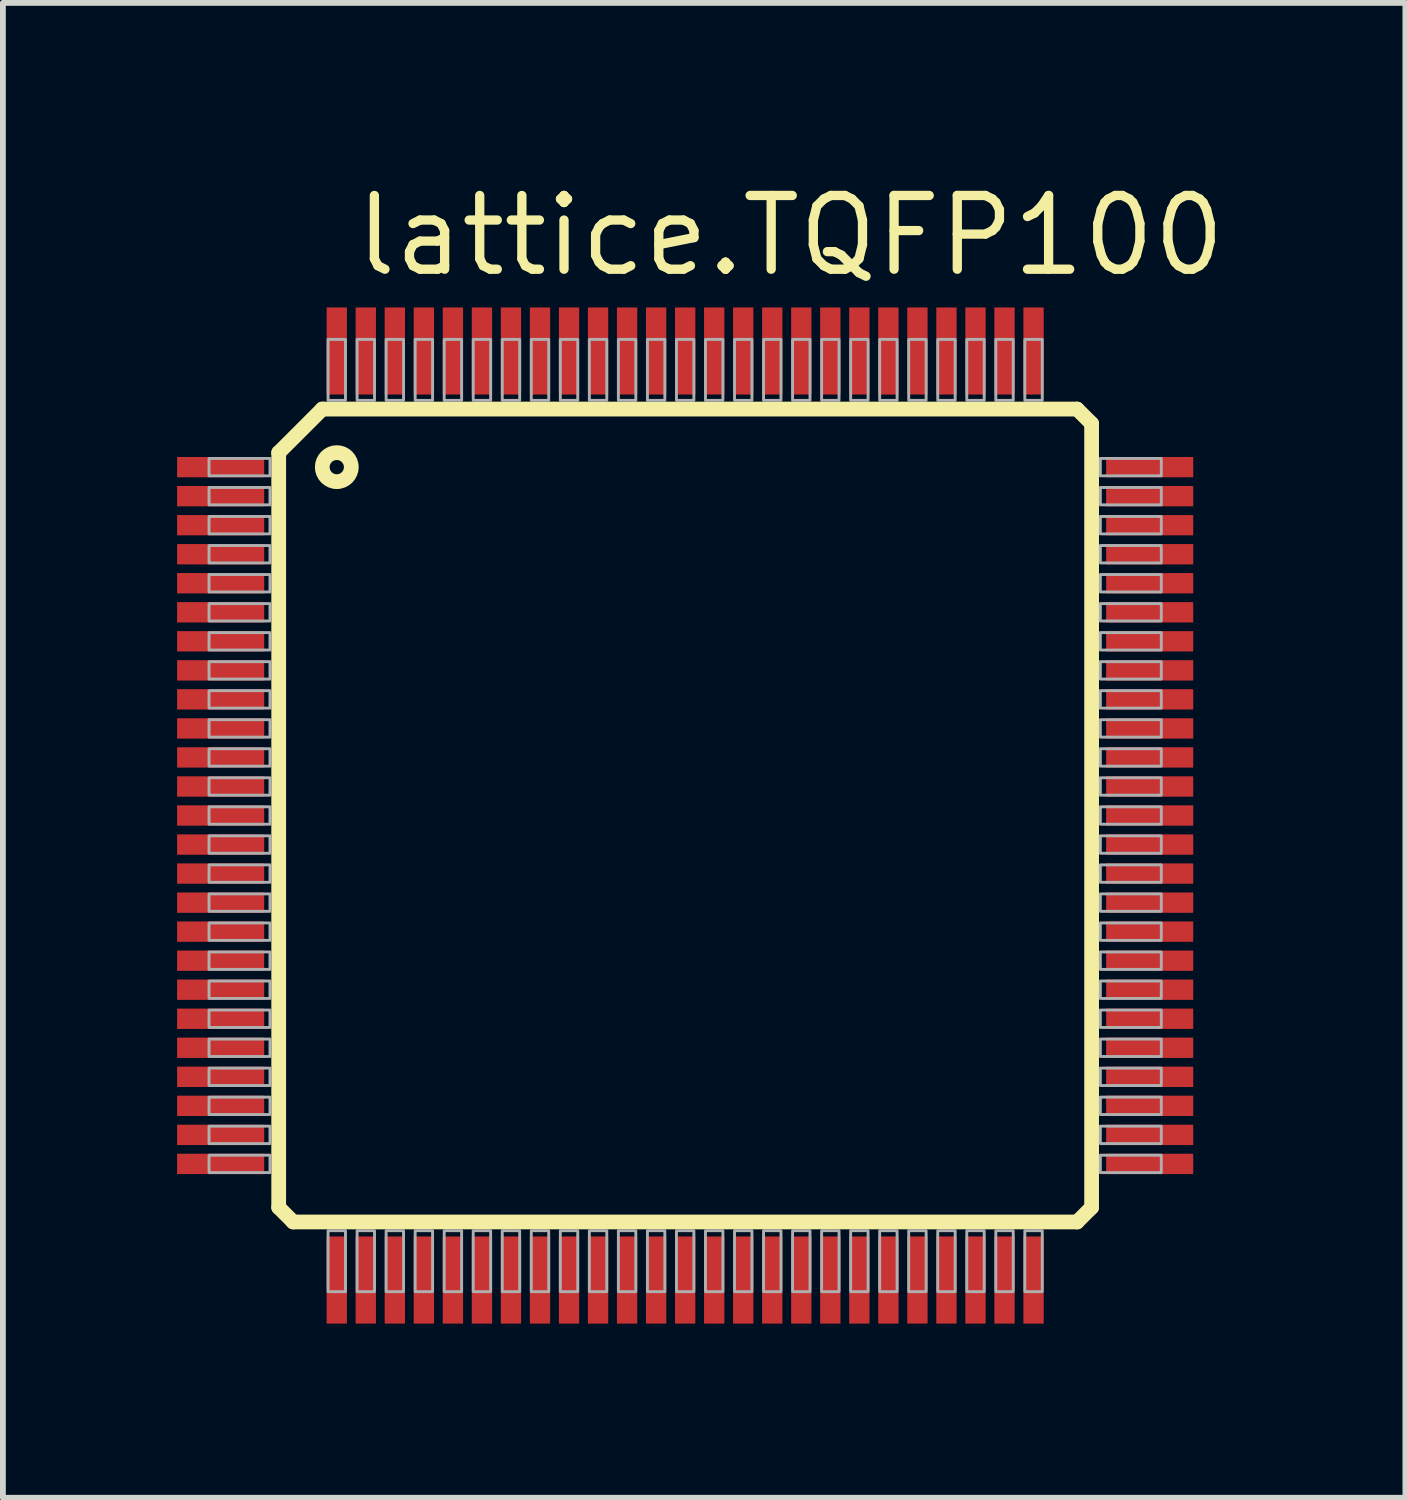
<source format=kicad_pcb>
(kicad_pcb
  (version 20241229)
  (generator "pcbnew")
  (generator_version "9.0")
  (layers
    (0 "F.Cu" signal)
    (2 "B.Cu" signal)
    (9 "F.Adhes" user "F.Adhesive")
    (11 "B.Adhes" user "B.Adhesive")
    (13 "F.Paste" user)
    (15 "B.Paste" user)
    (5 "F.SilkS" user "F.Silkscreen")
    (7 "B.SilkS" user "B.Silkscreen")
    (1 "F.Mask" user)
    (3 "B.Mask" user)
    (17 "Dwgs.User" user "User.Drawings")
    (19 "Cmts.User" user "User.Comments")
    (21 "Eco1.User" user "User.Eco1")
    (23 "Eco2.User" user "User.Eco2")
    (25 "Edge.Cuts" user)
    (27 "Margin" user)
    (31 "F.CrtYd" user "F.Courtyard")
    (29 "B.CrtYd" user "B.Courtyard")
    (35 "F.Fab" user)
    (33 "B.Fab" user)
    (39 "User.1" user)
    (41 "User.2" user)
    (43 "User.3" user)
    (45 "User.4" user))
  (footprint "lattice.TQFP100"
    (layer "F.Cu")
    (at 8.75 10.995)
    (property "Reference" "lattice.TQFP100" (at -5.76 -9.245 0) (layer "F.SilkS") (effects (font (size 1.27 1.27) (thickness 0.16)) (justify left bottom)))
    (attr smd)
    (fp_line (start -7 -6.25) (end -6.25 -7) (stroke (width 0.254) (type default)) (layer "F.SilkS"))
    (fp_line (start -7 6.75) (end -7 -6.25) (stroke (width 0.254) (type default)) (layer "F.SilkS"))
    (fp_line (start -6.75 7) (end -7 6.75) (stroke (width 0.254) (type default)) (layer "F.SilkS"))
    (fp_line (start -6.25 -7) (end 6.75 -7) (stroke (width 0.254) (type default)) (layer "F.SilkS"))
    (fp_line (start 6.75 -7) (end 7 -6.75) (stroke (width 0.254) (type default)) (layer "F.SilkS"))
    (fp_line (start 6.75 7) (end -6.75 7) (stroke (width 0.254) (type default)) (layer "F.SilkS"))
    (fp_line (start 7 -6.75) (end 7 6.75) (stroke (width 0.254) (type default)) (layer "F.SilkS"))
    (fp_line (start 7 6.75) (end 6.75 7) (stroke (width 0.254) (type default)) (layer "F.SilkS"))
    (fp_circle (center -6 -6) (end -5.75 -6) (stroke (width 0.254) (type default)) (fill no) (layer "F.SilkS"))
    (fp_rect (start -8.2 -5.85) (end -7.15 -6.15) (stroke (width 0.05) (type default)) (fill no) (layer "F.Fab"))
    (fp_rect (start -8.2 -5.35) (end -7.15 -5.65) (stroke (width 0.05) (type default)) (fill no) (layer "F.Fab"))
    (fp_rect (start -8.2 -4.85) (end -7.15 -5.15) (stroke (width 0.05) (type default)) (fill no) (layer "F.Fab"))
    (fp_rect (start -8.2 -4.35) (end -7.15 -4.65) (stroke (width 0.05) (type default)) (fill no) (layer "F.Fab"))
    (fp_rect (start -8.2 -3.85) (end -7.15 -4.15) (stroke (width 0.05) (type default)) (fill no) (layer "F.Fab"))
    (fp_rect (start -8.2 -3.35) (end -7.15 -3.65) (stroke (width 0.05) (type default)) (fill no) (layer "F.Fab"))
    (fp_rect (start -8.2 -2.85) (end -7.15 -3.15) (stroke (width 0.05) (type default)) (fill no) (layer "F.Fab"))
    (fp_rect (start -8.2 -2.35) (end -7.15 -2.65) (stroke (width 0.05) (type default)) (fill no) (layer "F.Fab"))
    (fp_rect (start -8.2 -1.85) (end -7.15 -2.15) (stroke (width 0.05) (type default)) (fill no) (layer "F.Fab"))
    (fp_rect (start -8.2 -1.35) (end -7.15 -1.65) (stroke (width 0.05) (type default)) (fill no) (layer "F.Fab"))
    (fp_rect (start -8.2 -0.85) (end -7.15 -1.15) (stroke (width 0.05) (type default)) (fill no) (layer "F.Fab"))
    (fp_rect (start -8.2 -0.35) (end -7.15 -0.65) (stroke (width 0.05) (type default)) (fill no) (layer "F.Fab"))
    (fp_rect (start -8.2 0.15) (end -7.15 -0.15) (stroke (width 0.05) (type default)) (fill no) (layer "F.Fab"))
    (fp_rect (start -8.2 0.65) (end -7.15 0.35) (stroke (width 0.05) (type default)) (fill no) (layer "F.Fab"))
    (fp_rect (start -8.2 1.15) (end -7.15 0.85) (stroke (width 0.05) (type default)) (fill no) (layer "F.Fab"))
    (fp_rect (start -8.2 1.65) (end -7.15 1.35) (stroke (width 0.05) (type default)) (fill no) (layer "F.Fab"))
    (fp_rect (start -8.2 2.15) (end -7.15 1.85) (stroke (width 0.05) (type default)) (fill no) (layer "F.Fab"))
    (fp_rect (start -8.2 2.65) (end -7.15 2.35) (stroke (width 0.05) (type default)) (fill no) (layer "F.Fab"))
    (fp_rect (start -8.2 3.15) (end -7.15 2.85) (stroke (width 0.05) (type default)) (fill no) (layer "F.Fab"))
    (fp_rect (start -8.2 3.65) (end -7.15 3.35) (stroke (width 0.05) (type default)) (fill no) (layer "F.Fab"))
    (fp_rect (start -8.2 4.15) (end -7.15 3.85) (stroke (width 0.05) (type default)) (fill no) (layer "F.Fab"))
    (fp_rect (start -8.2 4.65) (end -7.15 4.35) (stroke (width 0.05) (type default)) (fill no) (layer "F.Fab"))
    (fp_rect (start -8.2 5.15) (end -7.15 4.85) (stroke (width 0.05) (type default)) (fill no) (layer "F.Fab"))
    (fp_rect (start -8.2 5.65) (end -7.15 5.35) (stroke (width 0.05) (type default)) (fill no) (layer "F.Fab"))
    (fp_rect (start -8.2 6.15) (end -7.15 5.85) (stroke (width 0.05) (type default)) (fill no) (layer "F.Fab"))
    (fp_rect (start -6.15 -7.15) (end -5.85 -8.2) (stroke (width 0.05) (type default)) (fill no) (layer "F.Fab"))
    (fp_rect (start -6.15 8.2) (end -5.85 7.15) (stroke (width 0.05) (type default)) (fill no) (layer "F.Fab"))
    (fp_rect (start -5.65 -7.15) (end -5.35 -8.2) (stroke (width 0.05) (type default)) (fill no) (layer "F.Fab"))
    (fp_rect (start -5.65 8.2) (end -5.35 7.15) (stroke (width 0.05) (type default)) (fill no) (layer "F.Fab"))
    (fp_rect (start -5.15 -7.15) (end -4.85 -8.2) (stroke (width 0.05) (type default)) (fill no) (layer "F.Fab"))
    (fp_rect (start -5.15 8.2) (end -4.85 7.15) (stroke (width 0.05) (type default)) (fill no) (layer "F.Fab"))
    (fp_rect (start -4.65 -7.15) (end -4.35 -8.2) (stroke (width 0.05) (type default)) (fill no) (layer "F.Fab"))
    (fp_rect (start -4.65 8.2) (end -4.35 7.15) (stroke (width 0.05) (type default)) (fill no) (layer "F.Fab"))
    (fp_rect (start -4.15 -7.15) (end -3.85 -8.2) (stroke (width 0.05) (type default)) (fill no) (layer "F.Fab"))
    (fp_rect (start -4.15 8.2) (end -3.85 7.15) (stroke (width 0.05) (type default)) (fill no) (layer "F.Fab"))
    (fp_rect (start -3.65 -7.15) (end -3.35 -8.2) (stroke (width 0.05) (type default)) (fill no) (layer "F.Fab"))
    (fp_rect (start -3.65 8.2) (end -3.35 7.15) (stroke (width 0.05) (type default)) (fill no) (layer "F.Fab"))
    (fp_rect (start -3.15 -7.15) (end -2.85 -8.2) (stroke (width 0.05) (type default)) (fill no) (layer "F.Fab"))
    (fp_rect (start -3.15 8.2) (end -2.85 7.15) (stroke (width 0.05) (type default)) (fill no) (layer "F.Fab"))
    (fp_rect (start -2.65 -7.15) (end -2.35 -8.2) (stroke (width 0.05) (type default)) (fill no) (layer "F.Fab"))
    (fp_rect (start -2.65 8.2) (end -2.35 7.15) (stroke (width 0.05) (type default)) (fill no) (layer "F.Fab"))
    (fp_rect (start -2.15 -7.15) (end -1.85 -8.2) (stroke (width 0.05) (type default)) (fill no) (layer "F.Fab"))
    (fp_rect (start -2.15 8.2) (end -1.85 7.15) (stroke (width 0.05) (type default)) (fill no) (layer "F.Fab"))
    (fp_rect (start -1.65 -7.15) (end -1.35 -8.2) (stroke (width 0.05) (type default)) (fill no) (layer "F.Fab"))
    (fp_rect (start -1.65 8.2) (end -1.35 7.15) (stroke (width 0.05) (type default)) (fill no) (layer "F.Fab"))
    (fp_rect (start -1.15 -7.15) (end -0.85 -8.2) (stroke (width 0.05) (type default)) (fill no) (layer "F.Fab"))
    (fp_rect (start -1.15 8.2) (end -0.85 7.15) (stroke (width 0.05) (type default)) (fill no) (layer "F.Fab"))
    (fp_rect (start -0.65 -7.15) (end -0.35 -8.2) (stroke (width 0.05) (type default)) (fill no) (layer "F.Fab"))
    (fp_rect (start -0.65 8.2) (end -0.35 7.15) (stroke (width 0.05) (type default)) (fill no) (layer "F.Fab"))
    (fp_rect (start -0.15 -7.15) (end 0.15 -8.2) (stroke (width 0.05) (type default)) (fill no) (layer "F.Fab"))
    (fp_rect (start -0.15 8.2) (end 0.15 7.15) (stroke (width 0.05) (type default)) (fill no) (layer "F.Fab"))
    (fp_rect (start 0.35 -7.15) (end 0.65 -8.2) (stroke (width 0.05) (type default)) (fill no) (layer "F.Fab"))
    (fp_rect (start 0.35 8.2) (end 0.65 7.15) (stroke (width 0.05) (type default)) (fill no) (layer "F.Fab"))
    (fp_rect (start 0.85 -7.15) (end 1.15 -8.2) (stroke (width 0.05) (type default)) (fill no) (layer "F.Fab"))
    (fp_rect (start 0.85 8.2) (end 1.15 7.15) (stroke (width 0.05) (type default)) (fill no) (layer "F.Fab"))
    (fp_rect (start 1.35 -7.15) (end 1.65 -8.2) (stroke (width 0.05) (type default)) (fill no) (layer "F.Fab"))
    (fp_rect (start 1.35 8.2) (end 1.65 7.15) (stroke (width 0.05) (type default)) (fill no) (layer "F.Fab"))
    (fp_rect (start 1.85 -7.15) (end 2.15 -8.2) (stroke (width 0.05) (type default)) (fill no) (layer "F.Fab"))
    (fp_rect (start 1.85 8.2) (end 2.15 7.15) (stroke (width 0.05) (type default)) (fill no) (layer "F.Fab"))
    (fp_rect (start 2.35 -7.15) (end 2.65 -8.2) (stroke (width 0.05) (type default)) (fill no) (layer "F.Fab"))
    (fp_rect (start 2.35 8.2) (end 2.65 7.15) (stroke (width 0.05) (type default)) (fill no) (layer "F.Fab"))
    (fp_rect (start 2.85 -7.15) (end 3.15 -8.2) (stroke (width 0.05) (type default)) (fill no) (layer "F.Fab"))
    (fp_rect (start 2.85 8.2) (end 3.15 7.15) (stroke (width 0.05) (type default)) (fill no) (layer "F.Fab"))
    (fp_rect (start 3.35 -7.15) (end 3.65 -8.2) (stroke (width 0.05) (type default)) (fill no) (layer "F.Fab"))
    (fp_rect (start 3.35 8.2) (end 3.65 7.15) (stroke (width 0.05) (type default)) (fill no) (layer "F.Fab"))
    (fp_rect (start 3.85 -7.15) (end 4.15 -8.2) (stroke (width 0.05) (type default)) (fill no) (layer "F.Fab"))
    (fp_rect (start 3.85 8.2) (end 4.15 7.15) (stroke (width 0.05) (type default)) (fill no) (layer "F.Fab"))
    (fp_rect (start 4.35 -7.15) (end 4.65 -8.2) (stroke (width 0.05) (type default)) (fill no) (layer "F.Fab"))
    (fp_rect (start 4.35 8.2) (end 4.65 7.15) (stroke (width 0.05) (type default)) (fill no) (layer "F.Fab"))
    (fp_rect (start 4.85 -7.15) (end 5.15 -8.2) (stroke (width 0.05) (type default)) (fill no) (layer "F.Fab"))
    (fp_rect (start 4.85 8.2) (end 5.15 7.15) (stroke (width 0.05) (type default)) (fill no) (layer "F.Fab"))
    (fp_rect (start 5.35 -7.15) (end 5.65 -8.2) (stroke (width 0.05) (type default)) (fill no) (layer "F.Fab"))
    (fp_rect (start 5.35 8.2) (end 5.65 7.15) (stroke (width 0.05) (type default)) (fill no) (layer "F.Fab"))
    (fp_rect (start 5.85 -7.15) (end 6.15 -8.2) (stroke (width 0.05) (type default)) (fill no) (layer "F.Fab"))
    (fp_rect (start 5.85 8.2) (end 6.15 7.15) (stroke (width 0.05) (type default)) (fill no) (layer "F.Fab"))
    (fp_rect (start 7.15 -5.85) (end 8.2 -6.15) (stroke (width 0.05) (type default)) (fill no) (layer "F.Fab"))
    (fp_rect (start 7.15 -5.35) (end 8.2 -5.65) (stroke (width 0.05) (type default)) (fill no) (layer "F.Fab"))
    (fp_rect (start 7.15 -4.85) (end 8.2 -5.15) (stroke (width 0.05) (type default)) (fill no) (layer "F.Fab"))
    (fp_rect (start 7.15 -4.35) (end 8.2 -4.65) (stroke (width 0.05) (type default)) (fill no) (layer "F.Fab"))
    (fp_rect (start 7.15 -3.85) (end 8.2 -4.15) (stroke (width 0.05) (type default)) (fill no) (layer "F.Fab"))
    (fp_rect (start 7.15 -3.35) (end 8.2 -3.65) (stroke (width 0.05) (type default)) (fill no) (layer "F.Fab"))
    (fp_rect (start 7.15 -2.85) (end 8.2 -3.15) (stroke (width 0.05) (type default)) (fill no) (layer "F.Fab"))
    (fp_rect (start 7.15 -2.35) (end 8.2 -2.65) (stroke (width 0.05) (type default)) (fill no) (layer "F.Fab"))
    (fp_rect (start 7.15 -1.85) (end 8.2 -2.15) (stroke (width 0.05) (type default)) (fill no) (layer "F.Fab"))
    (fp_rect (start 7.15 -1.35) (end 8.2 -1.65) (stroke (width 0.05) (type default)) (fill no) (layer "F.Fab"))
    (fp_rect (start 7.15 -0.85) (end 8.2 -1.15) (stroke (width 0.05) (type default)) (fill no) (layer "F.Fab"))
    (fp_rect (start 7.15 -0.35) (end 8.2 -0.65) (stroke (width 0.05) (type default)) (fill no) (layer "F.Fab"))
    (fp_rect (start 7.15 0.15) (end 8.2 -0.15) (stroke (width 0.05) (type default)) (fill no) (layer "F.Fab"))
    (fp_rect (start 7.15 0.65) (end 8.2 0.35) (stroke (width 0.05) (type default)) (fill no) (layer "F.Fab"))
    (fp_rect (start 7.15 1.15) (end 8.2 0.85) (stroke (width 0.05) (type default)) (fill no) (layer "F.Fab"))
    (fp_rect (start 7.15 1.65) (end 8.2 1.35) (stroke (width 0.05) (type default)) (fill no) (layer "F.Fab"))
    (fp_rect (start 7.15 2.15) (end 8.2 1.85) (stroke (width 0.05) (type default)) (fill no) (layer "F.Fab"))
    (fp_rect (start 7.15 2.65) (end 8.2 2.35) (stroke (width 0.05) (type default)) (fill no) (layer "F.Fab"))
    (fp_rect (start 7.15 3.15) (end 8.2 2.85) (stroke (width 0.05) (type default)) (fill no) (layer "F.Fab"))
    (fp_rect (start 7.15 3.65) (end 8.2 3.35) (stroke (width 0.05) (type default)) (fill no) (layer "F.Fab"))
    (fp_rect (start 7.15 4.15) (end 8.2 3.85) (stroke (width 0.05) (type default)) (fill no) (layer "F.Fab"))
    (fp_rect (start 7.15 4.65) (end 8.2 4.35) (stroke (width 0.05) (type default)) (fill no) (layer "F.Fab"))
    (fp_rect (start 7.15 5.15) (end 8.2 4.85) (stroke (width 0.05) (type default)) (fill no) (layer "F.Fab"))
    (fp_rect (start 7.15 5.65) (end 8.2 5.35) (stroke (width 0.05) (type default)) (fill no) (layer "F.Fab"))
    (fp_rect (start 7.15 6.15) (end 8.2 5.85) (stroke (width 0.05) (type default)) (fill no) (layer "F.Fab"))
    (pad "1" smd roundrect (at -8 -6) (size 1.5 0.35) (layers "F.Cu" "F.Mask" "F.Paste") (roundrect_rratio 0.01))
    (pad "2" smd roundrect (at -8 -5.5) (size 1.5 0.35) (layers "F.Cu" "F.Mask" "F.Paste") (roundrect_rratio 0.01))
    (pad "3" smd roundrect (at -8 -5) (size 1.5 0.35) (layers "F.Cu" "F.Mask" "F.Paste") (roundrect_rratio 0.01))
    (pad "4" smd roundrect (at -8 -4.5) (size 1.5 0.35) (layers "F.Cu" "F.Mask" "F.Paste") (roundrect_rratio 0.01))
    (pad "5" smd roundrect (at -8 -4) (size 1.5 0.35) (layers "F.Cu" "F.Mask" "F.Paste") (roundrect_rratio 0.01))
    (pad "6" smd roundrect (at -8 -3.5) (size 1.5 0.35) (layers "F.Cu" "F.Mask" "F.Paste") (roundrect_rratio 0.01))
    (pad "7" smd roundrect (at -8 -3) (size 1.5 0.35) (layers "F.Cu" "F.Mask" "F.Paste") (roundrect_rratio 0.01))
    (pad "8" smd roundrect (at -8 -2.5) (size 1.5 0.35) (layers "F.Cu" "F.Mask" "F.Paste") (roundrect_rratio 0.01))
    (pad "9" smd roundrect (at -8 -2) (size 1.5 0.35) (layers "F.Cu" "F.Mask" "F.Paste") (roundrect_rratio 0.01))
    (pad "10" smd roundrect (at -8 -1.5) (size 1.5 0.35) (layers "F.Cu" "F.Mask" "F.Paste") (roundrect_rratio 0.01))
    (pad "11" smd roundrect (at -8 -1) (size 1.5 0.35) (layers "F.Cu" "F.Mask" "F.Paste") (roundrect_rratio 0.01))
    (pad "12" smd roundrect (at -8 -0.5) (size 1.5 0.35) (layers "F.Cu" "F.Mask" "F.Paste") (roundrect_rratio 0.01))
    (pad "13" smd roundrect (at -8 0) (size 1.5 0.35) (layers "F.Cu" "F.Mask" "F.Paste") (roundrect_rratio 0.01))
    (pad "14" smd roundrect (at -8 0.5) (size 1.5 0.35) (layers "F.Cu" "F.Mask" "F.Paste") (roundrect_rratio 0.01))
    (pad "15" smd roundrect (at -8 1) (size 1.5 0.35) (layers "F.Cu" "F.Mask" "F.Paste") (roundrect_rratio 0.01))
    (pad "16" smd roundrect (at -8 1.5) (size 1.5 0.35) (layers "F.Cu" "F.Mask" "F.Paste") (roundrect_rratio 0.01))
    (pad "17" smd roundrect (at -8 2) (size 1.5 0.35) (layers "F.Cu" "F.Mask" "F.Paste") (roundrect_rratio 0.01))
    (pad "18" smd roundrect (at -8 2.5) (size 1.5 0.35) (layers "F.Cu" "F.Mask" "F.Paste") (roundrect_rratio 0.01))
    (pad "19" smd roundrect (at -8 3) (size 1.5 0.35) (layers "F.Cu" "F.Mask" "F.Paste") (roundrect_rratio 0.01))
    (pad "20" smd roundrect (at -8 3.5) (size 1.5 0.35) (layers "F.Cu" "F.Mask" "F.Paste") (roundrect_rratio 0.01))
    (pad "21" smd roundrect (at -8 4) (size 1.5 0.35) (layers "F.Cu" "F.Mask" "F.Paste") (roundrect_rratio 0.01))
    (pad "22" smd roundrect (at -8 4.5) (size 1.5 0.35) (layers "F.Cu" "F.Mask" "F.Paste") (roundrect_rratio 0.01))
    (pad "23" smd roundrect (at -8 5) (size 1.5 0.35) (layers "F.Cu" "F.Mask" "F.Paste") (roundrect_rratio 0.01))
    (pad "24" smd roundrect (at -8 5.5) (size 1.5 0.35) (layers "F.Cu" "F.Mask" "F.Paste") (roundrect_rratio 0.01))
    (pad "25" smd roundrect (at -8 6) (size 1.5 0.35) (layers "F.Cu" "F.Mask" "F.Paste") (roundrect_rratio 0.01))
    (pad "26" smd roundrect (at -6 8) (size 0.35 1.5) (layers "F.Cu" "F.Mask" "F.Paste") (roundrect_rratio 0.01))
    (pad "27" smd roundrect (at -5.5 8) (size 0.35 1.5) (layers "F.Cu" "F.Mask" "F.Paste") (roundrect_rratio 0.01))
    (pad "28" smd roundrect (at -5 8) (size 0.35 1.5) (layers "F.Cu" "F.Mask" "F.Paste") (roundrect_rratio 0.01))
    (pad "29" smd roundrect (at -4.5 8) (size 0.35 1.5) (layers "F.Cu" "F.Mask" "F.Paste") (roundrect_rratio 0.01))
    (pad "30" smd roundrect (at -4 8) (size 0.35 1.5) (layers "F.Cu" "F.Mask" "F.Paste") (roundrect_rratio 0.01))
    (pad "31" smd roundrect (at -3.5 8) (size 0.35 1.5) (layers "F.Cu" "F.Mask" "F.Paste") (roundrect_rratio 0.01))
    (pad "32" smd roundrect (at -3 8) (size 0.35 1.5) (layers "F.Cu" "F.Mask" "F.Paste") (roundrect_rratio 0.01))
    (pad "33" smd roundrect (at -2.5 8) (size 0.35 1.5) (layers "F.Cu" "F.Mask" "F.Paste") (roundrect_rratio 0.01))
    (pad "34" smd roundrect (at -2 8) (size 0.35 1.5) (layers "F.Cu" "F.Mask" "F.Paste") (roundrect_rratio 0.01))
    (pad "35" smd roundrect (at -1.5 8) (size 0.35 1.5) (layers "F.Cu" "F.Mask" "F.Paste") (roundrect_rratio 0.01))
    (pad "36" smd roundrect (at -1 8) (size 0.35 1.5) (layers "F.Cu" "F.Mask" "F.Paste") (roundrect_rratio 0.01))
    (pad "37" smd roundrect (at -0.5 8) (size 0.35 1.5) (layers "F.Cu" "F.Mask" "F.Paste") (roundrect_rratio 0.01))
    (pad "38" smd roundrect (at 0 8) (size 0.35 1.5) (layers "F.Cu" "F.Mask" "F.Paste") (roundrect_rratio 0.01))
    (pad "39" smd roundrect (at 0.5 8) (size 0.35 1.5) (layers "F.Cu" "F.Mask" "F.Paste") (roundrect_rratio 0.01))
    (pad "40" smd roundrect (at 1 8) (size 0.35 1.5) (layers "F.Cu" "F.Mask" "F.Paste") (roundrect_rratio 0.01))
    (pad "41" smd roundrect (at 1.5 8) (size 0.35 1.5) (layers "F.Cu" "F.Mask" "F.Paste") (roundrect_rratio 0.01))
    (pad "42" smd roundrect (at 2 8) (size 0.35 1.5) (layers "F.Cu" "F.Mask" "F.Paste") (roundrect_rratio 0.01))
    (pad "43" smd roundrect (at 2.5 8) (size 0.35 1.5) (layers "F.Cu" "F.Mask" "F.Paste") (roundrect_rratio 0.01))
    (pad "44" smd roundrect (at 3 8) (size 0.35 1.5) (layers "F.Cu" "F.Mask" "F.Paste") (roundrect_rratio 0.01))
    (pad "45" smd roundrect (at 3.5 8) (size 0.35 1.5) (layers "F.Cu" "F.Mask" "F.Paste") (roundrect_rratio 0.01))
    (pad "46" smd roundrect (at 4 8) (size 0.35 1.5) (layers "F.Cu" "F.Mask" "F.Paste") (roundrect_rratio 0.01))
    (pad "47" smd roundrect (at 4.5 8) (size 0.35 1.5) (layers "F.Cu" "F.Mask" "F.Paste") (roundrect_rratio 0.01))
    (pad "48" smd roundrect (at 5 8) (size 0.35 1.5) (layers "F.Cu" "F.Mask" "F.Paste") (roundrect_rratio 0.01))
    (pad "49" smd roundrect (at 5.5 8) (size 0.35 1.5) (layers "F.Cu" "F.Mask" "F.Paste") (roundrect_rratio 0.01))
    (pad "50" smd roundrect (at 6 8) (size 0.35 1.5) (layers "F.Cu" "F.Mask" "F.Paste") (roundrect_rratio 0.01))
    (pad "51" smd roundrect (at 8 6) (size 1.5 0.35) (layers "F.Cu" "F.Mask" "F.Paste") (roundrect_rratio 0.01))
    (pad "52" smd roundrect (at 8 5.5) (size 1.5 0.35) (layers "F.Cu" "F.Mask" "F.Paste") (roundrect_rratio 0.01))
    (pad "53" smd roundrect (at 8 5) (size 1.5 0.35) (layers "F.Cu" "F.Mask" "F.Paste") (roundrect_rratio 0.01))
    (pad "54" smd roundrect (at 8 4.5) (size 1.5 0.35) (layers "F.Cu" "F.Mask" "F.Paste") (roundrect_rratio 0.01))
    (pad "55" smd roundrect (at 8 4) (size 1.5 0.35) (layers "F.Cu" "F.Mask" "F.Paste") (roundrect_rratio 0.01))
    (pad "56" smd roundrect (at 8 3.5) (size 1.5 0.35) (layers "F.Cu" "F.Mask" "F.Paste") (roundrect_rratio 0.01))
    (pad "57" smd roundrect (at 8 3) (size 1.5 0.35) (layers "F.Cu" "F.Mask" "F.Paste") (roundrect_rratio 0.01))
    (pad "58" smd roundrect (at 8 2.5) (size 1.5 0.35) (layers "F.Cu" "F.Mask" "F.Paste") (roundrect_rratio 0.01))
    (pad "59" smd roundrect (at 8 2) (size 1.5 0.35) (layers "F.Cu" "F.Mask" "F.Paste") (roundrect_rratio 0.01))
    (pad "60" smd roundrect (at 8 1.5) (size 1.5 0.35) (layers "F.Cu" "F.Mask" "F.Paste") (roundrect_rratio 0.01))
    (pad "61" smd roundrect (at 8 1) (size 1.5 0.35) (layers "F.Cu" "F.Mask" "F.Paste") (roundrect_rratio 0.01))
    (pad "62" smd roundrect (at 8 0.5) (size 1.5 0.35) (layers "F.Cu" "F.Mask" "F.Paste") (roundrect_rratio 0.01))
    (pad "63" smd roundrect (at 8 0) (size 1.5 0.35) (layers "F.Cu" "F.Mask" "F.Paste") (roundrect_rratio 0.01))
    (pad "64" smd roundrect (at 8 -0.5) (size 1.5 0.35) (layers "F.Cu" "F.Mask" "F.Paste") (roundrect_rratio 0.01))
    (pad "65" smd roundrect (at 8 -1) (size 1.5 0.35) (layers "F.Cu" "F.Mask" "F.Paste") (roundrect_rratio 0.01))
    (pad "66" smd roundrect (at 8 -1.5) (size 1.5 0.35) (layers "F.Cu" "F.Mask" "F.Paste") (roundrect_rratio 0.01))
    (pad "67" smd roundrect (at 8 -2) (size 1.5 0.35) (layers "F.Cu" "F.Mask" "F.Paste") (roundrect_rratio 0.01))
    (pad "68" smd roundrect (at 8 -2.5) (size 1.5 0.35) (layers "F.Cu" "F.Mask" "F.Paste") (roundrect_rratio 0.01))
    (pad "69" smd roundrect (at 8 -3) (size 1.5 0.35) (layers "F.Cu" "F.Mask" "F.Paste") (roundrect_rratio 0.01))
    (pad "70" smd roundrect (at 8 -3.5) (size 1.5 0.35) (layers "F.Cu" "F.Mask" "F.Paste") (roundrect_rratio 0.01))
    (pad "71" smd roundrect (at 8 -4) (size 1.5 0.35) (layers "F.Cu" "F.Mask" "F.Paste") (roundrect_rratio 0.01))
    (pad "72" smd roundrect (at 8 -4.5) (size 1.5 0.35) (layers "F.Cu" "F.Mask" "F.Paste") (roundrect_rratio 0.01))
    (pad "73" smd roundrect (at 8 -5) (size 1.5 0.35) (layers "F.Cu" "F.Mask" "F.Paste") (roundrect_rratio 0.01))
    (pad "74" smd roundrect (at 8 -5.5) (size 1.5 0.35) (layers "F.Cu" "F.Mask" "F.Paste") (roundrect_rratio 0.01))
    (pad "75" smd roundrect (at 8 -6) (size 1.5 0.35) (layers "F.Cu" "F.Mask" "F.Paste") (roundrect_rratio 0.01))
    (pad "76" smd roundrect (at 6 -8) (size 0.35 1.5) (layers "F.Cu" "F.Mask" "F.Paste") (roundrect_rratio 0.01))
    (pad "77" smd roundrect (at 5.5 -8) (size 0.35 1.5) (layers "F.Cu" "F.Mask" "F.Paste") (roundrect_rratio 0.01))
    (pad "78" smd roundrect (at 5 -8) (size 0.35 1.5) (layers "F.Cu" "F.Mask" "F.Paste") (roundrect_rratio 0.01))
    (pad "79" smd roundrect (at 4.5 -8) (size 0.35 1.5) (layers "F.Cu" "F.Mask" "F.Paste") (roundrect_rratio 0.01))
    (pad "80" smd roundrect (at 4 -8) (size 0.35 1.5) (layers "F.Cu" "F.Mask" "F.Paste") (roundrect_rratio 0.01))
    (pad "81" smd roundrect (at 3.5 -8) (size 0.35 1.5) (layers "F.Cu" "F.Mask" "F.Paste") (roundrect_rratio 0.01))
    (pad "82" smd roundrect (at 3 -8) (size 0.35 1.5) (layers "F.Cu" "F.Mask" "F.Paste") (roundrect_rratio 0.01))
    (pad "83" smd roundrect (at 2.5 -8) (size 0.35 1.5) (layers "F.Cu" "F.Mask" "F.Paste") (roundrect_rratio 0.01))
    (pad "84" smd roundrect (at 2 -8) (size 0.35 1.5) (layers "F.Cu" "F.Mask" "F.Paste") (roundrect_rratio 0.01))
    (pad "85" smd roundrect (at 1.5 -8) (size 0.35 1.5) (layers "F.Cu" "F.Mask" "F.Paste") (roundrect_rratio 0.01))
    (pad "86" smd roundrect (at 1 -8) (size 0.35 1.5) (layers "F.Cu" "F.Mask" "F.Paste") (roundrect_rratio 0.01))
    (pad "87" smd roundrect (at 0.5 -8) (size 0.35 1.5) (layers "F.Cu" "F.Mask" "F.Paste") (roundrect_rratio 0.01))
    (pad "88" smd roundrect (at 0 -8) (size 0.35 1.5) (layers "F.Cu" "F.Mask" "F.Paste") (roundrect_rratio 0.01))
    (pad "89" smd roundrect (at -0.5 -8) (size 0.35 1.5) (layers "F.Cu" "F.Mask" "F.Paste") (roundrect_rratio 0.01))
    (pad "90" smd roundrect (at -1 -8) (size 0.35 1.5) (layers "F.Cu" "F.Mask" "F.Paste") (roundrect_rratio 0.01))
    (pad "91" smd roundrect (at -1.5 -8) (size 0.35 1.5) (layers "F.Cu" "F.Mask" "F.Paste") (roundrect_rratio 0.01))
    (pad "92" smd roundrect (at -2 -8) (size 0.35 1.5) (layers "F.Cu" "F.Mask" "F.Paste") (roundrect_rratio 0.01))
    (pad "93" smd roundrect (at -2.5 -8) (size 0.35 1.5) (layers "F.Cu" "F.Mask" "F.Paste") (roundrect_rratio 0.01))
    (pad "94" smd roundrect (at -3 -8) (size 0.35 1.5) (layers "F.Cu" "F.Mask" "F.Paste") (roundrect_rratio 0.01))
    (pad "95" smd roundrect (at -3.5 -8) (size 0.35 1.5) (layers "F.Cu" "F.Mask" "F.Paste") (roundrect_rratio 0.01))
    (pad "96" smd roundrect (at -4 -8) (size 0.35 1.5) (layers "F.Cu" "F.Mask" "F.Paste") (roundrect_rratio 0.01))
    (pad "97" smd roundrect (at -4.5 -8) (size 0.35 1.5) (layers "F.Cu" "F.Mask" "F.Paste") (roundrect_rratio 0.01))
    (pad "98" smd roundrect (at -5 -8) (size 0.35 1.5) (layers "F.Cu" "F.Mask" "F.Paste") (roundrect_rratio 0.01))
    (pad "99" smd roundrect (at -5.5 -8) (size 0.35 1.5) (layers "F.Cu" "F.Mask" "F.Paste") (roundrect_rratio 0.01))
    (pad "100" smd roundrect (at -6 -8) (size 0.35 1.5) (layers "F.Cu" "F.Mask" "F.Paste") (roundrect_rratio 0.01)))
  (gr_rect
    (start -3 -3)
    (end 21.154 22.745)
    (stroke (width 0.1) (type default))
    (fill no)
    (layer "Edge.Cuts")))
</source>
